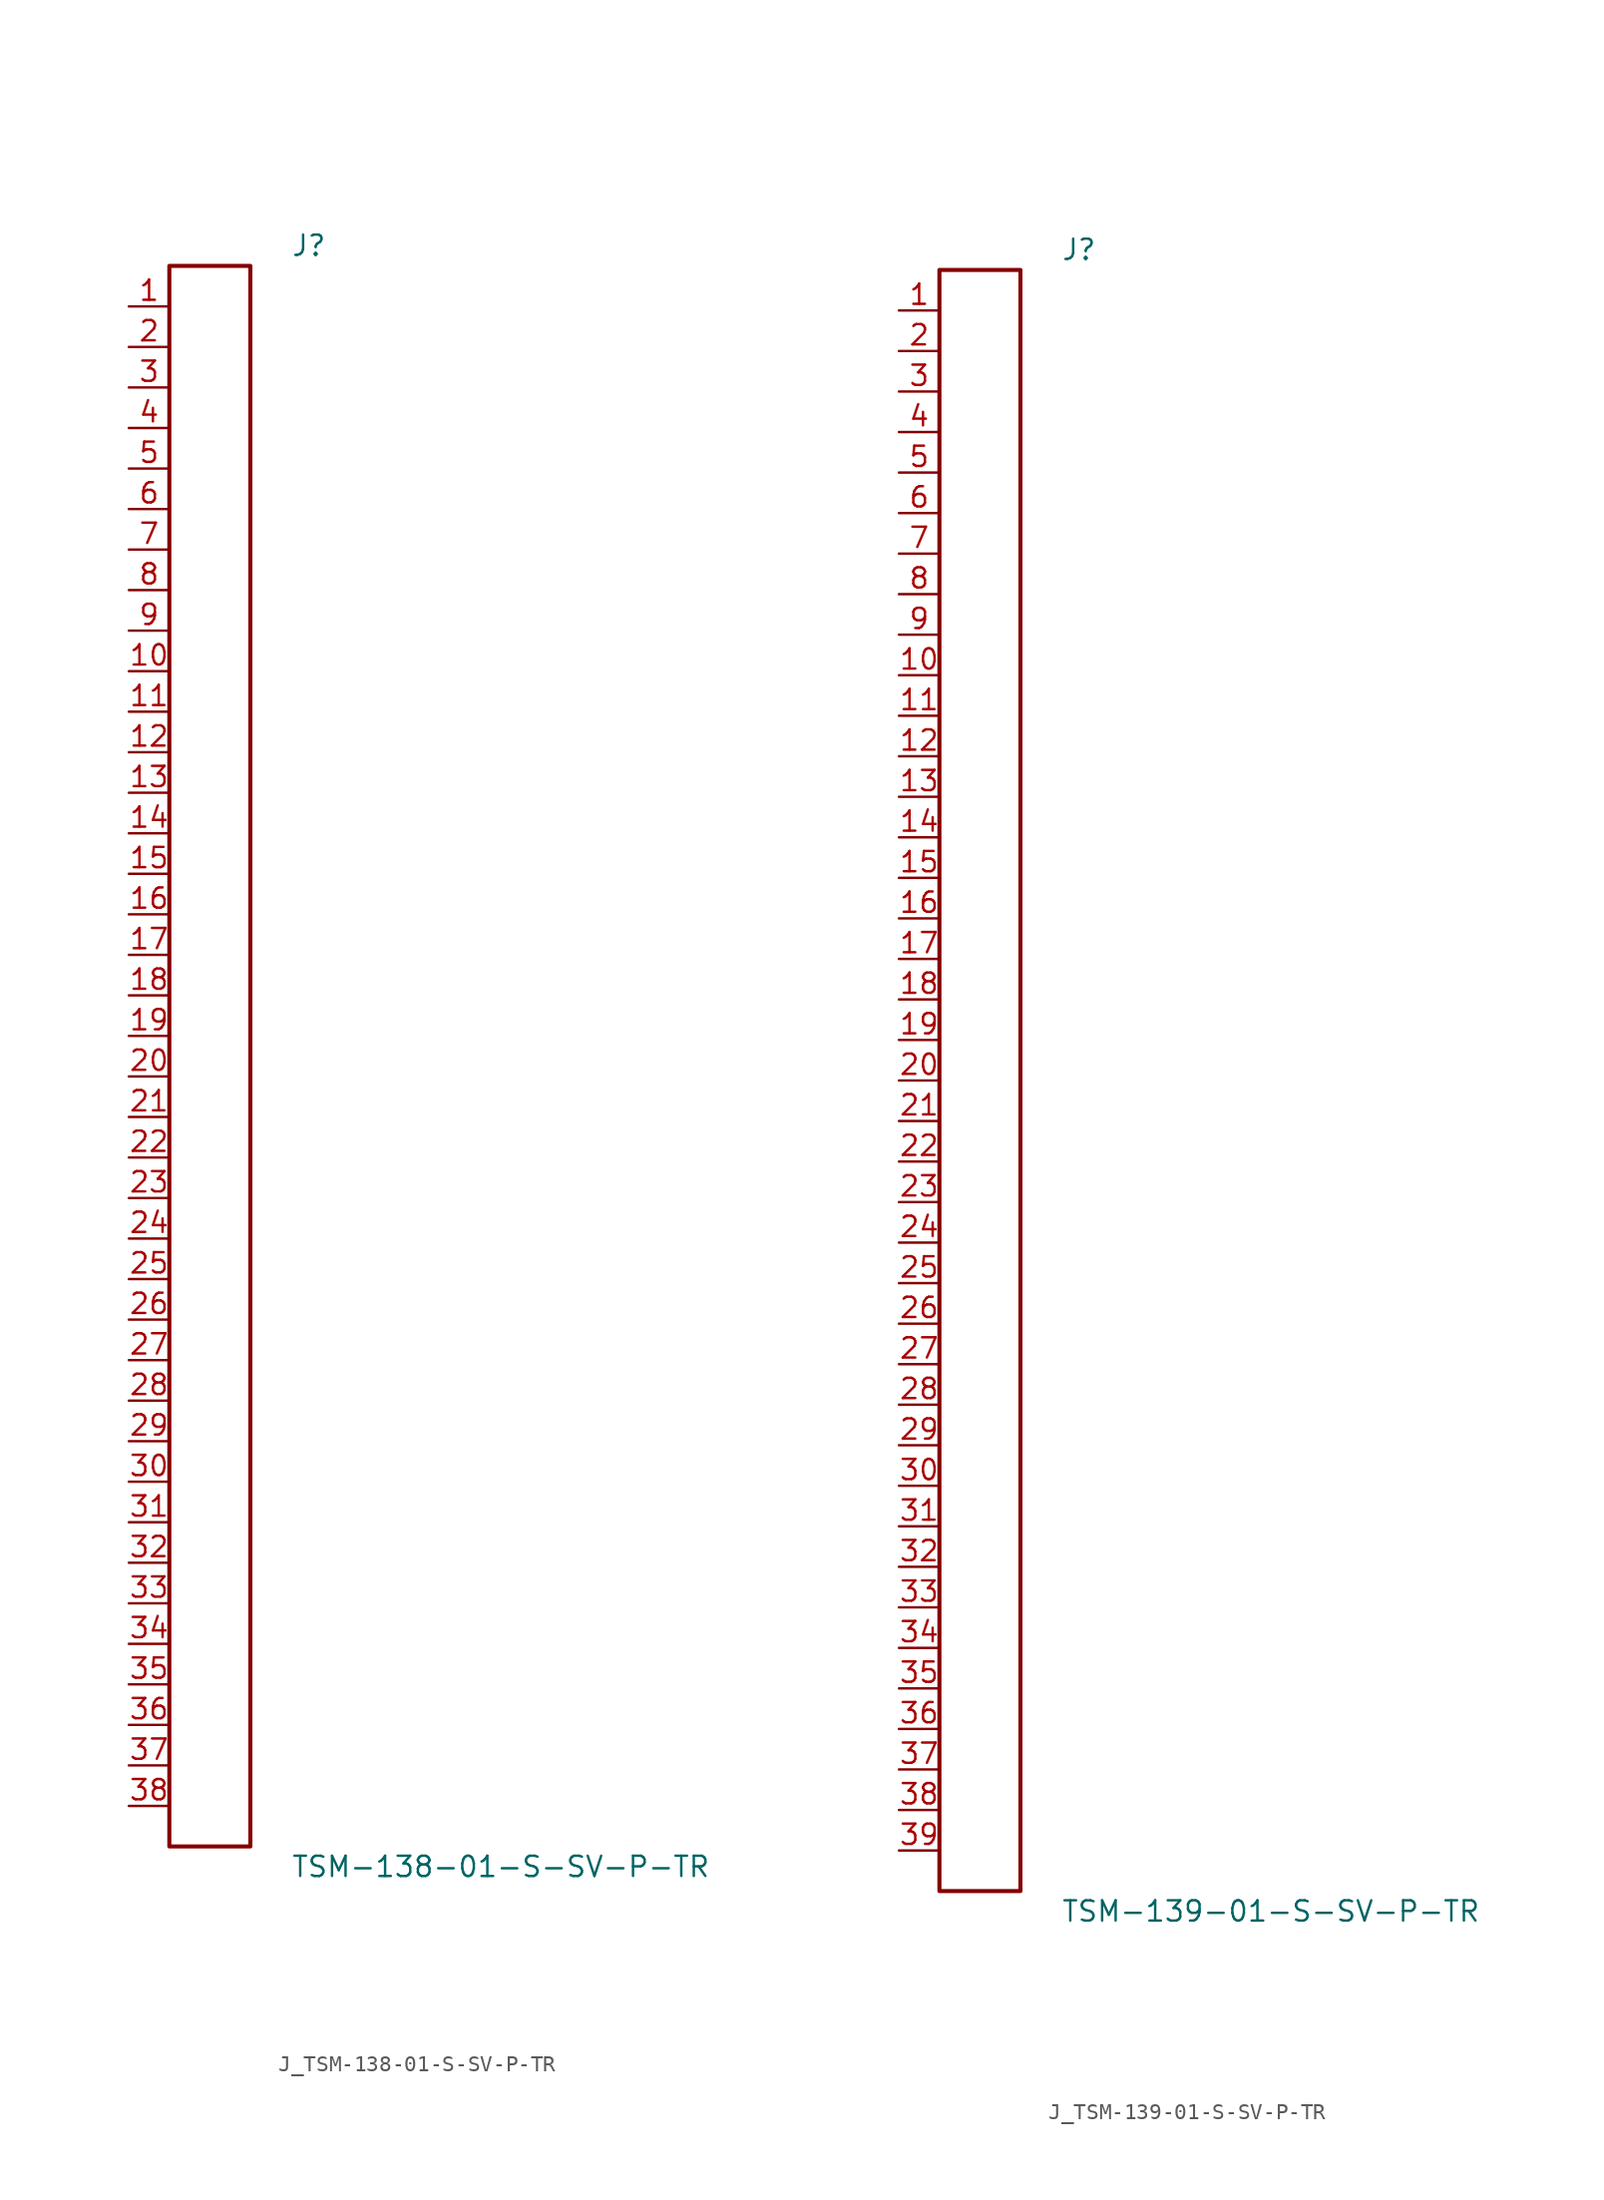
<source format=kicad_sym>
(kicad_symbol_lib
  (version 20231120)
  (generator kicad_symbol_editor)
  (generator_version 8.0)
  (symbol "J_TSM-138-01-S-SV-P-TR"
    (pin_names
      (offset 0.254))
    (property "Reference" "J"
      (at 5.08 50.8 0)
      (effects (font (size 1.27 1.27)) (justify left)))
    (property "Value" "TSM-138-01-S-SV-P-TR"
      (at 5.08 -50.8 0)
      (effects (font (size 1.27 1.27)) (justify left)))
    (symbol "J_TSM-138-01-S-SV-P-TR_0_0"
      (pin unspecified line (at -5.08 46.99 0) (length 2.54) (name "" (effects (font (size 1.27 1.27)))) (number "1" (effects (font (size 1.27 1.27)))))
      (pin unspecified line (at -5.08 44.45 0) (length 2.54) (name "" (effects (font (size 1.27 1.27)))) (number "2" (effects (font (size 1.27 1.27)))))
      (pin unspecified line (at -5.08 41.91 0) (length 2.54) (name "" (effects (font (size 1.27 1.27)))) (number "3" (effects (font (size 1.27 1.27)))))
      (pin unspecified line (at -5.08 39.37 0) (length 2.54) (name "" (effects (font (size 1.27 1.27)))) (number "4" (effects (font (size 1.27 1.27)))))
      (pin unspecified line (at -5.08 36.83 0) (length 2.54) (name "" (effects (font (size 1.27 1.27)))) (number "5" (effects (font (size 1.27 1.27)))))
      (pin unspecified line (at -5.08 34.29 0) (length 2.54) (name "" (effects (font (size 1.27 1.27)))) (number "6" (effects (font (size 1.27 1.27)))))
      (pin unspecified line (at -5.08 31.75 0) (length 2.54) (name "" (effects (font (size 1.27 1.27)))) (number "7" (effects (font (size 1.27 1.27)))))
      (pin unspecified line (at -5.08 29.21 0) (length 2.54) (name "" (effects (font (size 1.27 1.27)))) (number "8" (effects (font (size 1.27 1.27)))))
      (pin unspecified line (at -5.08 26.67 0) (length 2.54) (name "" (effects (font (size 1.27 1.27)))) (number "9" (effects (font (size 1.27 1.27)))))
      (pin unspecified line (at -5.08 24.13 0) (length 2.54) (name "" (effects (font (size 1.27 1.27)))) (number "10" (effects (font (size 1.27 1.27)))))
      (pin unspecified line (at -5.08 21.59 0) (length 2.54) (name "" (effects (font (size 1.27 1.27)))) (number "11" (effects (font (size 1.27 1.27)))))
      (pin unspecified line (at -5.08 19.05 0) (length 2.54) (name "" (effects (font (size 1.27 1.27)))) (number "12" (effects (font (size 1.27 1.27)))))
      (pin unspecified line (at -5.08 16.51 0) (length 2.54) (name "" (effects (font (size 1.27 1.27)))) (number "13" (effects (font (size 1.27 1.27)))))
      (pin unspecified line (at -5.08 13.97 0) (length 2.54) (name "" (effects (font (size 1.27 1.27)))) (number "14" (effects (font (size 1.27 1.27)))))
      (pin unspecified line (at -5.08 11.43 0) (length 2.54) (name "" (effects (font (size 1.27 1.27)))) (number "15" (effects (font (size 1.27 1.27)))))
      (pin unspecified line (at -5.08 8.89 0) (length 2.54) (name "" (effects (font (size 1.27 1.27)))) (number "16" (effects (font (size 1.27 1.27)))))
      (pin unspecified line (at -5.08 6.35 0) (length 2.54) (name "" (effects (font (size 1.27 1.27)))) (number "17" (effects (font (size 1.27 1.27)))))
      (pin unspecified line (at -5.08 3.81 0) (length 2.54) (name "" (effects (font (size 1.27 1.27)))) (number "18" (effects (font (size 1.27 1.27)))))
      (pin unspecified line (at -5.08 1.27 0) (length 2.54) (name "" (effects (font (size 1.27 1.27)))) (number "19" (effects (font (size 1.27 1.27)))))
      (pin unspecified line (at -5.08 -1.27 0) (length 2.54) (name "" (effects (font (size 1.27 1.27)))) (number "20" (effects (font (size 1.27 1.27)))))
      (pin unspecified line (at -5.08 -3.81 0) (length 2.54) (name "" (effects (font (size 1.27 1.27)))) (number "21" (effects (font (size 1.27 1.27)))))
      (pin unspecified line (at -5.08 -6.35 0) (length 2.54) (name "" (effects (font (size 1.27 1.27)))) (number "22" (effects (font (size 1.27 1.27)))))
      (pin unspecified line (at -5.08 -8.89 0) (length 2.54) (name "" (effects (font (size 1.27 1.27)))) (number "23" (effects (font (size 1.27 1.27)))))
      (pin unspecified line (at -5.08 -11.43 0) (length 2.54) (name "" (effects (font (size 1.27 1.27)))) (number "24" (effects (font (size 1.27 1.27)))))
      (pin unspecified line (at -5.08 -13.97 0) (length 2.54) (name "" (effects (font (size 1.27 1.27)))) (number "25" (effects (font (size 1.27 1.27)))))
      (pin unspecified line (at -5.08 -16.51 0) (length 2.54) (name "" (effects (font (size 1.27 1.27)))) (number "26" (effects (font (size 1.27 1.27)))))
      (pin unspecified line (at -5.08 -19.05 0) (length 2.54) (name "" (effects (font (size 1.27 1.27)))) (number "27" (effects (font (size 1.27 1.27)))))
      (pin unspecified line (at -5.08 -21.59 0) (length 2.54) (name "" (effects (font (size 1.27 1.27)))) (number "28" (effects (font (size 1.27 1.27)))))
      (pin unspecified line (at -5.08 -24.13 0) (length 2.54) (name "" (effects (font (size 1.27 1.27)))) (number "29" (effects (font (size 1.27 1.27)))))
      (pin unspecified line (at -5.08 -26.67 0) (length 2.54) (name "" (effects (font (size 1.27 1.27)))) (number "30" (effects (font (size 1.27 1.27)))))
      (pin unspecified line (at -5.08 -29.21 0) (length 2.54) (name "" (effects (font (size 1.27 1.27)))) (number "31" (effects (font (size 1.27 1.27)))))
      (pin unspecified line (at -5.08 -31.75 0) (length 2.54) (name "" (effects (font (size 1.27 1.27)))) (number "32" (effects (font (size 1.27 1.27)))))
      (pin unspecified line (at -5.08 -34.29 0) (length 2.54) (name "" (effects (font (size 1.27 1.27)))) (number "33" (effects (font (size 1.27 1.27)))))
      (pin unspecified line (at -5.08 -36.83 0) (length 2.54) (name "" (effects (font (size 1.27 1.27)))) (number "34" (effects (font (size 1.27 1.27)))))
      (pin unspecified line (at -5.08 -39.37 0) (length 2.54) (name "" (effects (font (size 1.27 1.27)))) (number "35" (effects (font (size 1.27 1.27)))))
      (pin unspecified line (at -5.08 -41.91 0) (length 2.54) (name "" (effects (font (size 1.27 1.27)))) (number "36" (effects (font (size 1.27 1.27)))))
      (pin unspecified line (at -5.08 -44.45 0) (length 2.54) (name "" (effects (font (size 1.27 1.27)))) (number "37" (effects (font (size 1.27 1.27)))))
      (pin unspecified line (at -5.08 -46.99 0) (length 2.54) (name "" (effects (font (size 1.27 1.27)))) (number "38" (effects (font (size 1.27 1.27))))))
    (symbol "J_TSM-138-01-S-SV-P-TR_1_0"
      (rectangle (start -2.54 49.53) (end 2.54 -49.53) (stroke (width 0.254) (type solid)) (fill (type none)))))
  (symbol "J_TSM-139-01-S-SV-P-TR"
    (pin_names
      (offset 0.254))
    (property "Reference" "J"
      (at 5.08 52.07 0)
      (effects (font (size 1.27 1.27)) (justify left)))
    (property "Value" "TSM-139-01-S-SV-P-TR"
      (at 5.08 -52.07 0)
      (effects (font (size 1.27 1.27)) (justify left)))
    (symbol "J_TSM-139-01-S-SV-P-TR_0_0"
      (pin unspecified line (at -5.08 48.26 0) (length 2.54) (name "" (effects (font (size 1.27 1.27)))) (number "1" (effects (font (size 1.27 1.27)))))
      (pin unspecified line (at -5.08 45.72 0) (length 2.54) (name "" (effects (font (size 1.27 1.27)))) (number "2" (effects (font (size 1.27 1.27)))))
      (pin unspecified line (at -5.08 43.18 0) (length 2.54) (name "" (effects (font (size 1.27 1.27)))) (number "3" (effects (font (size 1.27 1.27)))))
      (pin unspecified line (at -5.08 40.64 0) (length 2.54) (name "" (effects (font (size 1.27 1.27)))) (number "4" (effects (font (size 1.27 1.27)))))
      (pin unspecified line (at -5.08 38.1 0) (length 2.54) (name "" (effects (font (size 1.27 1.27)))) (number "5" (effects (font (size 1.27 1.27)))))
      (pin unspecified line (at -5.08 35.56 0) (length 2.54) (name "" (effects (font (size 1.27 1.27)))) (number "6" (effects (font (size 1.27 1.27)))))
      (pin unspecified line (at -5.08 33.02 0) (length 2.54) (name "" (effects (font (size 1.27 1.27)))) (number "7" (effects (font (size 1.27 1.27)))))
      (pin unspecified line (at -5.08 30.48 0) (length 2.54) (name "" (effects (font (size 1.27 1.27)))) (number "8" (effects (font (size 1.27 1.27)))))
      (pin unspecified line (at -5.08 27.94 0) (length 2.54) (name "" (effects (font (size 1.27 1.27)))) (number "9" (effects (font (size 1.27 1.27)))))
      (pin unspecified line (at -5.08 25.4 0) (length 2.54) (name "" (effects (font (size 1.27 1.27)))) (number "10" (effects (font (size 1.27 1.27)))))
      (pin unspecified line (at -5.08 22.86 0) (length 2.54) (name "" (effects (font (size 1.27 1.27)))) (number "11" (effects (font (size 1.27 1.27)))))
      (pin unspecified line (at -5.08 20.32 0) (length 2.54) (name "" (effects (font (size 1.27 1.27)))) (number "12" (effects (font (size 1.27 1.27)))))
      (pin unspecified line (at -5.08 17.78 0) (length 2.54) (name "" (effects (font (size 1.27 1.27)))) (number "13" (effects (font (size 1.27 1.27)))))
      (pin unspecified line (at -5.08 15.24 0) (length 2.54) (name "" (effects (font (size 1.27 1.27)))) (number "14" (effects (font (size 1.27 1.27)))))
      (pin unspecified line (at -5.08 12.7 0) (length 2.54) (name "" (effects (font (size 1.27 1.27)))) (number "15" (effects (font (size 1.27 1.27)))))
      (pin unspecified line (at -5.08 10.16 0) (length 2.54) (name "" (effects (font (size 1.27 1.27)))) (number "16" (effects (font (size 1.27 1.27)))))
      (pin unspecified line (at -5.08 7.62 0) (length 2.54) (name "" (effects (font (size 1.27 1.27)))) (number "17" (effects (font (size 1.27 1.27)))))
      (pin unspecified line (at -5.08 5.08 0) (length 2.54) (name "" (effects (font (size 1.27 1.27)))) (number "18" (effects (font (size 1.27 1.27)))))
      (pin unspecified line (at -5.08 2.54 0) (length 2.54) (name "" (effects (font (size 1.27 1.27)))) (number "19" (effects (font (size 1.27 1.27)))))
      (pin unspecified line (at -5.08 0.0 0) (length 2.54) (name "" (effects (font (size 1.27 1.27)))) (number "20" (effects (font (size 1.27 1.27)))))
      (pin unspecified line (at -5.08 -2.54 0) (length 2.54) (name "" (effects (font (size 1.27 1.27)))) (number "21" (effects (font (size 1.27 1.27)))))
      (pin unspecified line (at -5.08 -5.08 0) (length 2.54) (name "" (effects (font (size 1.27 1.27)))) (number "22" (effects (font (size 1.27 1.27)))))
      (pin unspecified line (at -5.08 -7.62 0) (length 2.54) (name "" (effects (font (size 1.27 1.27)))) (number "23" (effects (font (size 1.27 1.27)))))
      (pin unspecified line (at -5.08 -10.16 0) (length 2.54) (name "" (effects (font (size 1.27 1.27)))) (number "24" (effects (font (size 1.27 1.27)))))
      (pin unspecified line (at -5.08 -12.7 0) (length 2.54) (name "" (effects (font (size 1.27 1.27)))) (number "25" (effects (font (size 1.27 1.27)))))
      (pin unspecified line (at -5.08 -15.24 0) (length 2.54) (name "" (effects (font (size 1.27 1.27)))) (number "26" (effects (font (size 1.27 1.27)))))
      (pin unspecified line (at -5.08 -17.78 0) (length 2.54) (name "" (effects (font (size 1.27 1.27)))) (number "27" (effects (font (size 1.27 1.27)))))
      (pin unspecified line (at -5.08 -20.32 0) (length 2.54) (name "" (effects (font (size 1.27 1.27)))) (number "28" (effects (font (size 1.27 1.27)))))
      (pin unspecified line (at -5.08 -22.86 0) (length 2.54) (name "" (effects (font (size 1.27 1.27)))) (number "29" (effects (font (size 1.27 1.27)))))
      (pin unspecified line (at -5.08 -25.4 0) (length 2.54) (name "" (effects (font (size 1.27 1.27)))) (number "30" (effects (font (size 1.27 1.27)))))
      (pin unspecified line (at -5.08 -27.94 0) (length 2.54) (name "" (effects (font (size 1.27 1.27)))) (number "31" (effects (font (size 1.27 1.27)))))
      (pin unspecified line (at -5.08 -30.48 0) (length 2.54) (name "" (effects (font (size 1.27 1.27)))) (number "32" (effects (font (size 1.27 1.27)))))
      (pin unspecified line (at -5.08 -33.02 0) (length 2.54) (name "" (effects (font (size 1.27 1.27)))) (number "33" (effects (font (size 1.27 1.27)))))
      (pin unspecified line (at -5.08 -35.56 0) (length 2.54) (name "" (effects (font (size 1.27 1.27)))) (number "34" (effects (font (size 1.27 1.27)))))
      (pin unspecified line (at -5.08 -38.1 0) (length 2.54) (name "" (effects (font (size 1.27 1.27)))) (number "35" (effects (font (size 1.27 1.27)))))
      (pin unspecified line (at -5.08 -40.64 0) (length 2.54) (name "" (effects (font (size 1.27 1.27)))) (number "36" (effects (font (size 1.27 1.27)))))
      (pin unspecified line (at -5.08 -43.18 0) (length 2.54) (name "" (effects (font (size 1.27 1.27)))) (number "37" (effects (font (size 1.27 1.27)))))
      (pin unspecified line (at -5.08 -45.72 0) (length 2.54) (name "" (effects (font (size 1.27 1.27)))) (number "38" (effects (font (size 1.27 1.27)))))
      (pin unspecified line (at -5.08 -48.26 0) (length 2.54) (name "" (effects (font (size 1.27 1.27)))) (number "39" (effects (font (size 1.27 1.27))))))
    (symbol "J_TSM-139-01-S-SV-P-TR_1_0"
      (rectangle (start -2.54 50.8) (end 2.54 -50.8) (stroke (width 0.254) (type solid)) (fill (type none))))))
</source>
